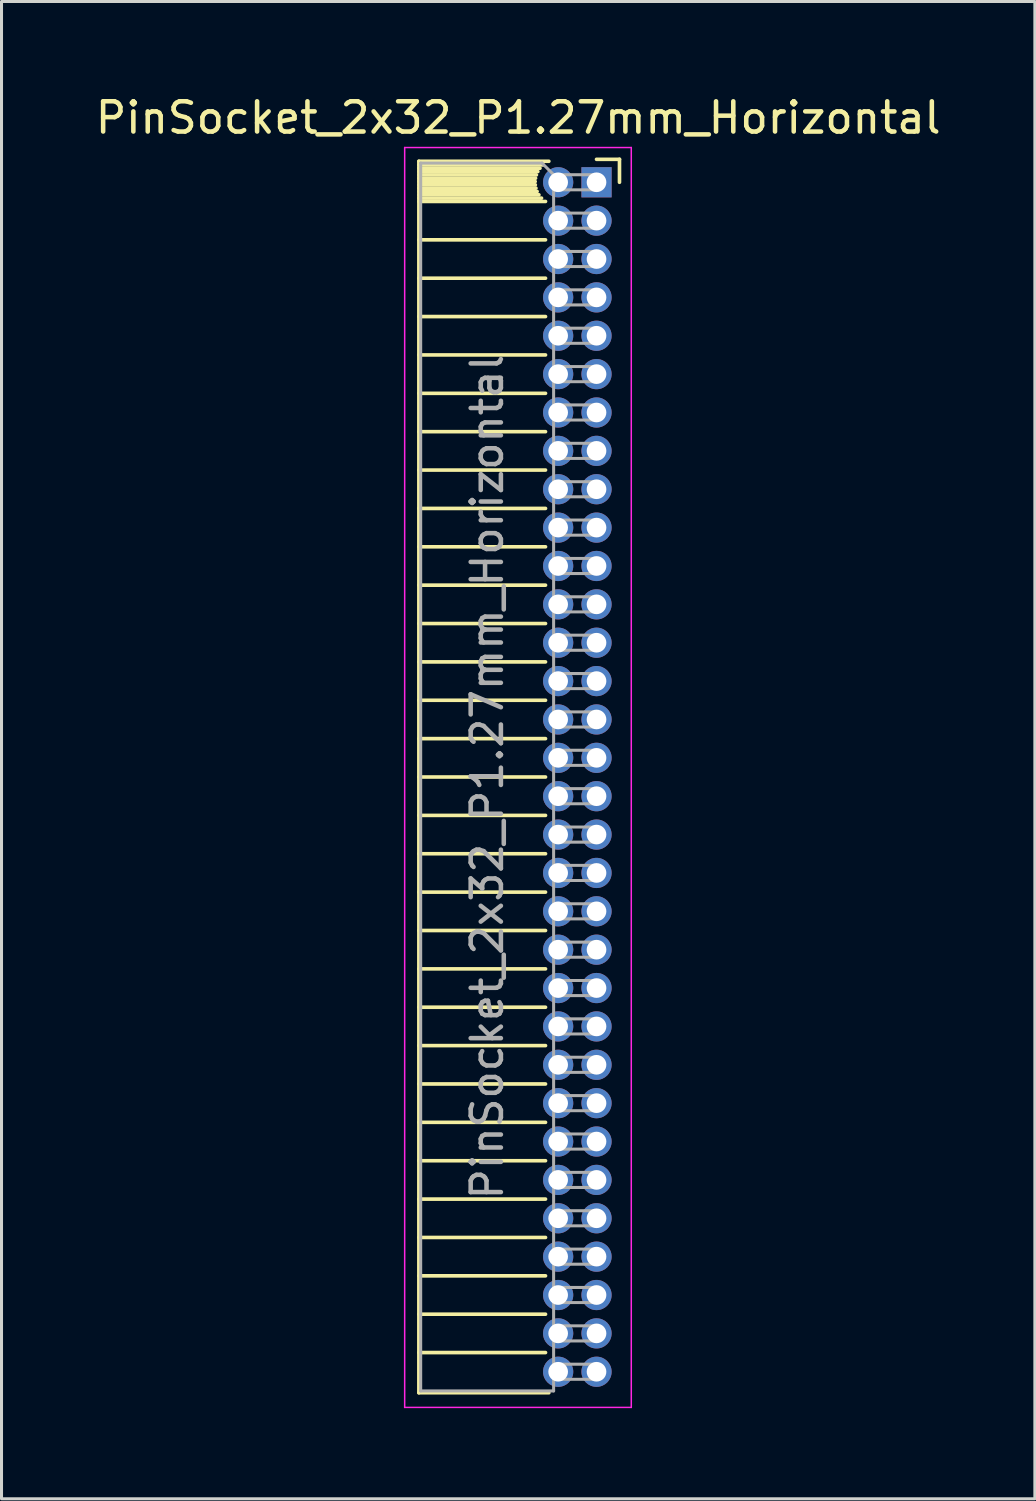
<source format=kicad_pcb>
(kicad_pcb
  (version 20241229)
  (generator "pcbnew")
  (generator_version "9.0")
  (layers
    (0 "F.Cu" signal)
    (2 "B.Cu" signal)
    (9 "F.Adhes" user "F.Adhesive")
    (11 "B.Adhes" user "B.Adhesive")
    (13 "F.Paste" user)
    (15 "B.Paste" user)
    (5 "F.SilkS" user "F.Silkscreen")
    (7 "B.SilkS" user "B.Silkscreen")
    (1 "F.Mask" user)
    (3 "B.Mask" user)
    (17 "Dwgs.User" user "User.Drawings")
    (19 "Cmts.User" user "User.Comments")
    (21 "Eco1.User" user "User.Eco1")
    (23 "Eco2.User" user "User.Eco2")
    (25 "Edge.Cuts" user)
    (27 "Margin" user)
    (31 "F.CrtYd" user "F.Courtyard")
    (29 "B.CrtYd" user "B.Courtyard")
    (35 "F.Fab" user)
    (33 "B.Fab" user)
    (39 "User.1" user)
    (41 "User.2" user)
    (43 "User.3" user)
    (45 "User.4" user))
  (footprint "PinSocket_2x32_P1.27mm_Horizontal"
    (layer "F.Cu")
    (at 16.694 2.983)
    (property "Reference" "PinSocket_2x32_P1.27mm_Horizontal" (at -2.592 -2.135 0) (layer "F.SilkS") (effects (font (size 1 1) (thickness 0.15))))
    (attr through_hole)
    (fp_line (start -5.88 -0.695) (end -5.88 40.065) (stroke (width 0.12) (type solid)) (layer "F.SilkS"))
    (fp_line (start -5.88 -0.695) (end -1.578 -0.695) (stroke (width 0.12) (type solid)) (layer "F.SilkS"))
    (fp_line (start -5.88 -0.575) (end -1.767 -0.575) (stroke (width 0.12) (type solid)) (layer "F.SilkS"))
    (fp_line (start -5.88 -0.465) (end -1.871 -0.465) (stroke (width 0.12) (type solid)) (layer "F.SilkS"))
    (fp_line (start -5.88 -0.355) (end -1.942 -0.355) (stroke (width 0.12) (type solid)) (layer "F.SilkS"))
    (fp_line (start -5.88 -0.245) (end -1.989 -0.245) (stroke (width 0.12) (type solid)) (layer "F.SilkS"))
    (fp_line (start -5.88 -0.135) (end -2.018 -0.135) (stroke (width 0.12) (type solid)) (layer "F.SilkS"))
    (fp_line (start -5.88 -0.025) (end -2.03 -0.025) (stroke (width 0.12) (type solid)) (layer "F.SilkS"))
    (fp_line (start -5.88 0.085) (end -2.025 0.085) (stroke (width 0.12) (type solid)) (layer "F.SilkS"))
    (fp_line (start -5.88 0.195) (end -2.005 0.195) (stroke (width 0.12) (type solid)) (layer "F.SilkS"))
    (fp_line (start -5.88 0.305) (end -1.966 0.305) (stroke (width 0.12) (type solid)) (layer "F.SilkS"))
    (fp_line (start -5.88 0.415) (end -1.907 0.415) (stroke (width 0.12) (type solid)) (layer "F.SilkS"))
    (fp_line (start -5.88 0.525) (end -1.82 0.525) (stroke (width 0.12) (type solid)) (layer "F.SilkS"))
    (fp_line (start -5.88 0.635) (end -1.688 0.635) (stroke (width 0.12) (type solid)) (layer "F.SilkS"))
    (fp_line (start -5.88 1.905) (end -1.688 1.905) (stroke (width 0.12) (type solid)) (layer "F.SilkS"))
    (fp_line (start -5.88 3.175) (end -1.688 3.175) (stroke (width 0.12) (type solid)) (layer "F.SilkS"))
    (fp_line (start -5.88 4.445) (end -1.688 4.445) (stroke (width 0.12) (type solid)) (layer "F.SilkS"))
    (fp_line (start -5.88 5.715) (end -1.688 5.715) (stroke (width 0.12) (type solid)) (layer "F.SilkS"))
    (fp_line (start -5.88 6.985) (end -1.688 6.985) (stroke (width 0.12) (type solid)) (layer "F.SilkS"))
    (fp_line (start -5.88 8.255) (end -1.688 8.255) (stroke (width 0.12) (type solid)) (layer "F.SilkS"))
    (fp_line (start -5.88 9.525) (end -1.688 9.525) (stroke (width 0.12) (type solid)) (layer "F.SilkS"))
    (fp_line (start -5.88 10.795) (end -1.688 10.795) (stroke (width 0.12) (type solid)) (layer "F.SilkS"))
    (fp_line (start -5.88 12.065) (end -1.688 12.065) (stroke (width 0.12) (type solid)) (layer "F.SilkS"))
    (fp_line (start -5.88 13.335) (end -1.688 13.335) (stroke (width 0.12) (type solid)) (layer "F.SilkS"))
    (fp_line (start -5.88 14.605) (end -1.688 14.605) (stroke (width 0.12) (type solid)) (layer "F.SilkS"))
    (fp_line (start -5.88 15.875) (end -1.688 15.875) (stroke (width 0.12) (type solid)) (layer "F.SilkS"))
    (fp_line (start -5.88 17.145) (end -1.688 17.145) (stroke (width 0.12) (type solid)) (layer "F.SilkS"))
    (fp_line (start -5.88 18.415) (end -1.688 18.415) (stroke (width 0.12) (type solid)) (layer "F.SilkS"))
    (fp_line (start -5.88 19.685) (end -1.688 19.685) (stroke (width 0.12) (type solid)) (layer "F.SilkS"))
    (fp_line (start -5.88 20.955) (end -1.688 20.955) (stroke (width 0.12) (type solid)) (layer "F.SilkS"))
    (fp_line (start -5.88 22.225) (end -1.688 22.225) (stroke (width 0.12) (type solid)) (layer "F.SilkS"))
    (fp_line (start -5.88 23.495) (end -1.688 23.495) (stroke (width 0.12) (type solid)) (layer "F.SilkS"))
    (fp_line (start -5.88 24.765) (end -1.688 24.765) (stroke (width 0.12) (type solid)) (layer "F.SilkS"))
    (fp_line (start -5.88 26.035) (end -1.688 26.035) (stroke (width 0.12) (type solid)) (layer "F.SilkS"))
    (fp_line (start -5.88 27.305) (end -1.688 27.305) (stroke (width 0.12) (type solid)) (layer "F.SilkS"))
    (fp_line (start -5.88 28.575) (end -1.688 28.575) (stroke (width 0.12) (type solid)) (layer "F.SilkS"))
    (fp_line (start -5.88 29.845) (end -1.688 29.845) (stroke (width 0.12) (type solid)) (layer "F.SilkS"))
    (fp_line (start -5.88 31.115) (end -1.688 31.115) (stroke (width 0.12) (type solid)) (layer "F.SilkS"))
    (fp_line (start -5.88 32.385) (end -1.688 32.385) (stroke (width 0.12) (type solid)) (layer "F.SilkS"))
    (fp_line (start -5.88 33.655) (end -1.688 33.655) (stroke (width 0.12) (type solid)) (layer "F.SilkS"))
    (fp_line (start -5.88 34.925) (end -1.688 34.925) (stroke (width 0.12) (type solid)) (layer "F.SilkS"))
    (fp_line (start -5.88 36.195) (end -1.688 36.195) (stroke (width 0.12) (type solid)) (layer "F.SilkS"))
    (fp_line (start -5.88 37.465) (end -1.688 37.465) (stroke (width 0.12) (type solid)) (layer "F.SilkS"))
    (fp_line (start -5.88 38.735) (end -1.688 38.735) (stroke (width 0.12) (type solid)) (layer "F.SilkS"))
    (fp_line (start -5.88 40.065) (end -1.578 40.065) (stroke (width 0.12) (type solid)) (layer "F.SilkS"))
    (fp_line (start 0 -0.76) (end 0.76 -0.76) (stroke (width 0.12) (type solid)) (layer "F.SilkS"))
    (fp_line (start 0.76 -0.76) (end 0.76 0) (stroke (width 0.12) (type solid)) (layer "F.SilkS"))
    (fp_line (start -6.35 -1.15) (end -6.35 40.55) (stroke (width 0.05) (type solid)) (layer "F.CrtYd"))
    (fp_line (start -6.35 40.55) (end 1.15 40.55) (stroke (width 0.05) (type solid)) (layer "F.CrtYd"))
    (fp_line (start 1.15 -1.15) (end -6.35 -1.15) (stroke (width 0.05) (type solid)) (layer "F.CrtYd"))
    (fp_line (start 1.15 40.55) (end 1.15 -1.15) (stroke (width 0.05) (type solid)) (layer "F.CrtYd"))
    (fp_line (start -5.82 -0.635) (end -1.805 -0.635) (stroke (width 0.1) (type solid)) (layer "F.Fab"))
    (fp_line (start -5.82 40.005) (end -5.82 -0.635) (stroke (width 0.1) (type solid)) (layer "F.Fab"))
    (fp_line (start -1.805 -0.635) (end -1.42 -0.25) (stroke (width 0.1) (type solid)) (layer "F.Fab"))
    (fp_line (start -1.42 -0.25) (end -1.42 40.005) (stroke (width 0.1) (type solid)) (layer "F.Fab"))
    (fp_line (start -1.42 0.25) (end 0 0.25) (stroke (width 0.1) (type solid)) (layer "F.Fab"))
    (fp_line (start -1.42 1.52) (end 0 1.52) (stroke (width 0.1) (type solid)) (layer "F.Fab"))
    (fp_line (start -1.42 2.79) (end 0 2.79) (stroke (width 0.1) (type solid)) (layer "F.Fab"))
    (fp_line (start -1.42 4.06) (end 0 4.06) (stroke (width 0.1) (type solid)) (layer "F.Fab"))
    (fp_line (start -1.42 5.33) (end 0 5.33) (stroke (width 0.1) (type solid)) (layer "F.Fab"))
    (fp_line (start -1.42 6.6) (end 0 6.6) (stroke (width 0.1) (type solid)) (layer "F.Fab"))
    (fp_line (start -1.42 7.87) (end 0 7.87) (stroke (width 0.1) (type solid)) (layer "F.Fab"))
    (fp_line (start -1.42 9.14) (end 0 9.14) (stroke (width 0.1) (type solid)) (layer "F.Fab"))
    (fp_line (start -1.42 10.41) (end 0 10.41) (stroke (width 0.1) (type solid)) (layer "F.Fab"))
    (fp_line (start -1.42 11.68) (end 0 11.68) (stroke (width 0.1) (type solid)) (layer "F.Fab"))
    (fp_line (start -1.42 12.95) (end 0 12.95) (stroke (width 0.1) (type solid)) (layer "F.Fab"))
    (fp_line (start -1.42 14.22) (end 0 14.22) (stroke (width 0.1) (type solid)) (layer "F.Fab"))
    (fp_line (start -1.42 15.49) (end 0 15.49) (stroke (width 0.1) (type solid)) (layer "F.Fab"))
    (fp_line (start -1.42 16.76) (end 0 16.76) (stroke (width 0.1) (type solid)) (layer "F.Fab"))
    (fp_line (start -1.42 18.03) (end 0 18.03) (stroke (width 0.1) (type solid)) (layer "F.Fab"))
    (fp_line (start -1.42 19.3) (end 0 19.3) (stroke (width 0.1) (type solid)) (layer "F.Fab"))
    (fp_line (start -1.42 20.57) (end 0 20.57) (stroke (width 0.1) (type solid)) (layer "F.Fab"))
    (fp_line (start -1.42 21.84) (end 0 21.84) (stroke (width 0.1) (type solid)) (layer "F.Fab"))
    (fp_line (start -1.42 23.11) (end 0 23.11) (stroke (width 0.1) (type solid)) (layer "F.Fab"))
    (fp_line (start -1.42 24.38) (end 0 24.38) (stroke (width 0.1) (type solid)) (layer "F.Fab"))
    (fp_line (start -1.42 25.65) (end 0 25.65) (stroke (width 0.1) (type solid)) (layer "F.Fab"))
    (fp_line (start -1.42 26.92) (end 0 26.92) (stroke (width 0.1) (type solid)) (layer "F.Fab"))
    (fp_line (start -1.42 28.19) (end 0 28.19) (stroke (width 0.1) (type solid)) (layer "F.Fab"))
    (fp_line (start -1.42 29.46) (end 0 29.46) (stroke (width 0.1) (type solid)) (layer "F.Fab"))
    (fp_line (start -1.42 30.73) (end 0 30.73) (stroke (width 0.1) (type solid)) (layer "F.Fab"))
    (fp_line (start -1.42 32) (end 0 32) (stroke (width 0.1) (type solid)) (layer "F.Fab"))
    (fp_line (start -1.42 33.27) (end 0 33.27) (stroke (width 0.1) (type solid)) (layer "F.Fab"))
    (fp_line (start -1.42 34.54) (end 0 34.54) (stroke (width 0.1) (type solid)) (layer "F.Fab"))
    (fp_line (start -1.42 35.81) (end 0 35.81) (stroke (width 0.1) (type solid)) (layer "F.Fab"))
    (fp_line (start -1.42 37.08) (end 0 37.08) (stroke (width 0.1) (type solid)) (layer "F.Fab"))
    (fp_line (start -1.42 38.35) (end 0 38.35) (stroke (width 0.1) (type solid)) (layer "F.Fab"))
    (fp_line (start -1.42 39.62) (end 0 39.62) (stroke (width 0.1) (type solid)) (layer "F.Fab"))
    (fp_line (start -1.42 40.005) (end -5.82 40.005) (stroke (width 0.1) (type solid)) (layer "F.Fab"))
    (fp_line (start 0 -0.25) (end -1.42 -0.25) (stroke (width 0.1) (type solid)) (layer "F.Fab"))
    (fp_line (start 0 0.25) (end 0 -0.25) (stroke (width 0.1) (type solid)) (layer "F.Fab"))
    (fp_line (start 0 1.02) (end -1.42 1.02) (stroke (width 0.1) (type solid)) (layer "F.Fab"))
    (fp_line (start 0 1.52) (end 0 1.02) (stroke (width 0.1) (type solid)) (layer "F.Fab"))
    (fp_line (start 0 2.29) (end -1.42 2.29) (stroke (width 0.1) (type solid)) (layer "F.Fab"))
    (fp_line (start 0 2.79) (end 0 2.29) (stroke (width 0.1) (type solid)) (layer "F.Fab"))
    (fp_line (start 0 3.56) (end -1.42 3.56) (stroke (width 0.1) (type solid)) (layer "F.Fab"))
    (fp_line (start 0 4.06) (end 0 3.56) (stroke (width 0.1) (type solid)) (layer "F.Fab"))
    (fp_line (start 0 4.83) (end -1.42 4.83) (stroke (width 0.1) (type solid)) (layer "F.Fab"))
    (fp_line (start 0 5.33) (end 0 4.83) (stroke (width 0.1) (type solid)) (layer "F.Fab"))
    (fp_line (start 0 6.1) (end -1.42 6.1) (stroke (width 0.1) (type solid)) (layer "F.Fab"))
    (fp_line (start 0 6.6) (end 0 6.1) (stroke (width 0.1) (type solid)) (layer "F.Fab"))
    (fp_line (start 0 7.37) (end -1.42 7.37) (stroke (width 0.1) (type solid)) (layer "F.Fab"))
    (fp_line (start 0 7.87) (end 0 7.37) (stroke (width 0.1) (type solid)) (layer "F.Fab"))
    (fp_line (start 0 8.64) (end -1.42 8.64) (stroke (width 0.1) (type solid)) (layer "F.Fab"))
    (fp_line (start 0 9.14) (end 0 8.64) (stroke (width 0.1) (type solid)) (layer "F.Fab"))
    (fp_line (start 0 9.91) (end -1.42 9.91) (stroke (width 0.1) (type solid)) (layer "F.Fab"))
    (fp_line (start 0 10.41) (end 0 9.91) (stroke (width 0.1) (type solid)) (layer "F.Fab"))
    (fp_line (start 0 11.18) (end -1.42 11.18) (stroke (width 0.1) (type solid)) (layer "F.Fab"))
    (fp_line (start 0 11.68) (end 0 11.18) (stroke (width 0.1) (type solid)) (layer "F.Fab"))
    (fp_line (start 0 12.45) (end -1.42 12.45) (stroke (width 0.1) (type solid)) (layer "F.Fab"))
    (fp_line (start 0 12.95) (end 0 12.45) (stroke (width 0.1) (type solid)) (layer "F.Fab"))
    (fp_line (start 0 13.72) (end -1.42 13.72) (stroke (width 0.1) (type solid)) (layer "F.Fab"))
    (fp_line (start 0 14.22) (end 0 13.72) (stroke (width 0.1) (type solid)) (layer "F.Fab"))
    (fp_line (start 0 14.99) (end -1.42 14.99) (stroke (width 0.1) (type solid)) (layer "F.Fab"))
    (fp_line (start 0 15.49) (end 0 14.99) (stroke (width 0.1) (type solid)) (layer "F.Fab"))
    (fp_line (start 0 16.26) (end -1.42 16.26) (stroke (width 0.1) (type solid)) (layer "F.Fab"))
    (fp_line (start 0 16.76) (end 0 16.26) (stroke (width 0.1) (type solid)) (layer "F.Fab"))
    (fp_line (start 0 17.53) (end -1.42 17.53) (stroke (width 0.1) (type solid)) (layer "F.Fab"))
    (fp_line (start 0 18.03) (end 0 17.53) (stroke (width 0.1) (type solid)) (layer "F.Fab"))
    (fp_line (start 0 18.8) (end -1.42 18.8) (stroke (width 0.1) (type solid)) (layer "F.Fab"))
    (fp_line (start 0 19.3) (end 0 18.8) (stroke (width 0.1) (type solid)) (layer "F.Fab"))
    (fp_line (start 0 20.07) (end -1.42 20.07) (stroke (width 0.1) (type solid)) (layer "F.Fab"))
    (fp_line (start 0 20.57) (end 0 20.07) (stroke (width 0.1) (type solid)) (layer "F.Fab"))
    (fp_line (start 0 21.34) (end -1.42 21.34) (stroke (width 0.1) (type solid)) (layer "F.Fab"))
    (fp_line (start 0 21.84) (end 0 21.34) (stroke (width 0.1) (type solid)) (layer "F.Fab"))
    (fp_line (start 0 22.61) (end -1.42 22.61) (stroke (width 0.1) (type solid)) (layer "F.Fab"))
    (fp_line (start 0 23.11) (end 0 22.61) (stroke (width 0.1) (type solid)) (layer "F.Fab"))
    (fp_line (start 0 23.88) (end -1.42 23.88) (stroke (width 0.1) (type solid)) (layer "F.Fab"))
    (fp_line (start 0 24.38) (end 0 23.88) (stroke (width 0.1) (type solid)) (layer "F.Fab"))
    (fp_line (start 0 25.15) (end -1.42 25.15) (stroke (width 0.1) (type solid)) (layer "F.Fab"))
    (fp_line (start 0 25.65) (end 0 25.15) (stroke (width 0.1) (type solid)) (layer "F.Fab"))
    (fp_line (start 0 26.42) (end -1.42 26.42) (stroke (width 0.1) (type solid)) (layer "F.Fab"))
    (fp_line (start 0 26.92) (end 0 26.42) (stroke (width 0.1) (type solid)) (layer "F.Fab"))
    (fp_line (start 0 27.69) (end -1.42 27.69) (stroke (width 0.1) (type solid)) (layer "F.Fab"))
    (fp_line (start 0 28.19) (end 0 27.69) (stroke (width 0.1) (type solid)) (layer "F.Fab"))
    (fp_line (start 0 28.96) (end -1.42 28.96) (stroke (width 0.1) (type solid)) (layer "F.Fab"))
    (fp_line (start 0 29.46) (end 0 28.96) (stroke (width 0.1) (type solid)) (layer "F.Fab"))
    (fp_line (start 0 30.23) (end -1.42 30.23) (stroke (width 0.1) (type solid)) (layer "F.Fab"))
    (fp_line (start 0 30.73) (end 0 30.23) (stroke (width 0.1) (type solid)) (layer "F.Fab"))
    (fp_line (start 0 31.5) (end -1.42 31.5) (stroke (width 0.1) (type solid)) (layer "F.Fab"))
    (fp_line (start 0 32) (end 0 31.5) (stroke (width 0.1) (type solid)) (layer "F.Fab"))
    (fp_line (start 0 32.77) (end -1.42 32.77) (stroke (width 0.1) (type solid)) (layer "F.Fab"))
    (fp_line (start 0 33.27) (end 0 32.77) (stroke (width 0.1) (type solid)) (layer "F.Fab"))
    (fp_line (start 0 34.04) (end -1.42 34.04) (stroke (width 0.1) (type solid)) (layer "F.Fab"))
    (fp_line (start 0 34.54) (end 0 34.04) (stroke (width 0.1) (type solid)) (layer "F.Fab"))
    (fp_line (start 0 35.31) (end -1.42 35.31) (stroke (width 0.1) (type solid)) (layer "F.Fab"))
    (fp_line (start 0 35.81) (end 0 35.31) (stroke (width 0.1) (type solid)) (layer "F.Fab"))
    (fp_line (start 0 36.58) (end -1.42 36.58) (stroke (width 0.1) (type solid)) (layer "F.Fab"))
    (fp_line (start 0 37.08) (end 0 36.58) (stroke (width 0.1) (type solid)) (layer "F.Fab"))
    (fp_line (start 0 37.85) (end -1.42 37.85) (stroke (width 0.1) (type solid)) (layer "F.Fab"))
    (fp_line (start 0 38.35) (end 0 37.85) (stroke (width 0.1) (type solid)) (layer "F.Fab"))
    (fp_line (start 0 39.12) (end -1.42 39.12) (stroke (width 0.1) (type solid)) (layer "F.Fab"))
    (fp_line (start 0 39.62) (end 0 39.12) (stroke (width 0.1) (type solid)) (layer "F.Fab"))
    (fp_text user "${REFERENCE}" (at -3.62 19.685 90) (layer "F.Fab") (effects (font (size 1 1) (thickness 0.15))))
    (pad "1" thru_hole rect (at 0 0) (size 1 1) (drill 0.65) (layers "*.Cu" "*.Mask"))
    (pad "2" thru_hole oval (at -1.27 0) (size 1 1) (drill 0.65) (layers "*.Cu" "*.Mask"))
    (pad "3" thru_hole oval (at 0 1.27) (size 1 1) (drill 0.65) (layers "*.Cu" "*.Mask"))
    (pad "4" thru_hole oval (at -1.27 1.27) (size 1 1) (drill 0.65) (layers "*.Cu" "*.Mask"))
    (pad "5" thru_hole oval (at 0 2.54) (size 1 1) (drill 0.65) (layers "*.Cu" "*.Mask"))
    (pad "6" thru_hole oval (at -1.27 2.54) (size 1 1) (drill 0.65) (layers "*.Cu" "*.Mask"))
    (pad "7" thru_hole oval (at 0 3.81) (size 1 1) (drill 0.65) (layers "*.Cu" "*.Mask"))
    (pad "8" thru_hole oval (at -1.27 3.81) (size 1 1) (drill 0.65) (layers "*.Cu" "*.Mask"))
    (pad "9" thru_hole oval (at 0 5.08) (size 1 1) (drill 0.65) (layers "*.Cu" "*.Mask"))
    (pad "10" thru_hole oval (at -1.27 5.08) (size 1 1) (drill 0.65) (layers "*.Cu" "*.Mask"))
    (pad "11" thru_hole oval (at 0 6.35) (size 1 1) (drill 0.65) (layers "*.Cu" "*.Mask"))
    (pad "12" thru_hole oval (at -1.27 6.35) (size 1 1) (drill 0.65) (layers "*.Cu" "*.Mask"))
    (pad "13" thru_hole oval (at 0 7.62) (size 1 1) (drill 0.65) (layers "*.Cu" "*.Mask"))
    (pad "14" thru_hole oval (at -1.27 7.62) (size 1 1) (drill 0.65) (layers "*.Cu" "*.Mask"))
    (pad "15" thru_hole oval (at 0 8.89) (size 1 1) (drill 0.65) (layers "*.Cu" "*.Mask"))
    (pad "16" thru_hole oval (at -1.27 8.89) (size 1 1) (drill 0.65) (layers "*.Cu" "*.Mask"))
    (pad "17" thru_hole oval (at 0 10.16) (size 1 1) (drill 0.65) (layers "*.Cu" "*.Mask"))
    (pad "18" thru_hole oval (at -1.27 10.16) (size 1 1) (drill 0.65) (layers "*.Cu" "*.Mask"))
    (pad "19" thru_hole oval (at 0 11.43) (size 1 1) (drill 0.65) (layers "*.Cu" "*.Mask"))
    (pad "20" thru_hole oval (at -1.27 11.43) (size 1 1) (drill 0.65) (layers "*.Cu" "*.Mask"))
    (pad "21" thru_hole oval (at 0 12.7) (size 1 1) (drill 0.65) (layers "*.Cu" "*.Mask"))
    (pad "22" thru_hole oval (at -1.27 12.7) (size 1 1) (drill 0.65) (layers "*.Cu" "*.Mask"))
    (pad "23" thru_hole oval (at 0 13.97) (size 1 1) (drill 0.65) (layers "*.Cu" "*.Mask"))
    (pad "24" thru_hole oval (at -1.27 13.97) (size 1 1) (drill 0.65) (layers "*.Cu" "*.Mask"))
    (pad "25" thru_hole oval (at 0 15.24) (size 1 1) (drill 0.65) (layers "*.Cu" "*.Mask"))
    (pad "26" thru_hole oval (at -1.27 15.24) (size 1 1) (drill 0.65) (layers "*.Cu" "*.Mask"))
    (pad "27" thru_hole oval (at 0 16.51) (size 1 1) (drill 0.65) (layers "*.Cu" "*.Mask"))
    (pad "28" thru_hole oval (at -1.27 16.51) (size 1 1) (drill 0.65) (layers "*.Cu" "*.Mask"))
    (pad "29" thru_hole oval (at 0 17.78) (size 1 1) (drill 0.65) (layers "*.Cu" "*.Mask"))
    (pad "30" thru_hole oval (at -1.27 17.78) (size 1 1) (drill 0.65) (layers "*.Cu" "*.Mask"))
    (pad "31" thru_hole oval (at 0 19.05) (size 1 1) (drill 0.65) (layers "*.Cu" "*.Mask"))
    (pad "32" thru_hole oval (at -1.27 19.05) (size 1 1) (drill 0.65) (layers "*.Cu" "*.Mask"))
    (pad "33" thru_hole oval (at 0 20.32) (size 1 1) (drill 0.65) (layers "*.Cu" "*.Mask"))
    (pad "34" thru_hole oval (at -1.27 20.32) (size 1 1) (drill 0.65) (layers "*.Cu" "*.Mask"))
    (pad "35" thru_hole oval (at 0 21.59) (size 1 1) (drill 0.65) (layers "*.Cu" "*.Mask"))
    (pad "36" thru_hole oval (at -1.27 21.59) (size 1 1) (drill 0.65) (layers "*.Cu" "*.Mask"))
    (pad "37" thru_hole oval (at 0 22.86) (size 1 1) (drill 0.65) (layers "*.Cu" "*.Mask"))
    (pad "38" thru_hole oval (at -1.27 22.86) (size 1 1) (drill 0.65) (layers "*.Cu" "*.Mask"))
    (pad "39" thru_hole oval (at 0 24.13) (size 1 1) (drill 0.65) (layers "*.Cu" "*.Mask"))
    (pad "40" thru_hole oval (at -1.27 24.13) (size 1 1) (drill 0.65) (layers "*.Cu" "*.Mask"))
    (pad "41" thru_hole oval (at 0 25.4) (size 1 1) (drill 0.65) (layers "*.Cu" "*.Mask"))
    (pad "42" thru_hole oval (at -1.27 25.4) (size 1 1) (drill 0.65) (layers "*.Cu" "*.Mask"))
    (pad "43" thru_hole oval (at 0 26.67) (size 1 1) (drill 0.65) (layers "*.Cu" "*.Mask"))
    (pad "44" thru_hole oval (at -1.27 26.67) (size 1 1) (drill 0.65) (layers "*.Cu" "*.Mask"))
    (pad "45" thru_hole oval (at 0 27.94) (size 1 1) (drill 0.65) (layers "*.Cu" "*.Mask"))
    (pad "46" thru_hole oval (at -1.27 27.94) (size 1 1) (drill 0.65) (layers "*.Cu" "*.Mask"))
    (pad "47" thru_hole oval (at 0 29.21) (size 1 1) (drill 0.65) (layers "*.Cu" "*.Mask"))
    (pad "48" thru_hole oval (at -1.27 29.21) (size 1 1) (drill 0.65) (layers "*.Cu" "*.Mask"))
    (pad "49" thru_hole oval (at 0 30.48) (size 1 1) (drill 0.65) (layers "*.Cu" "*.Mask"))
    (pad "50" thru_hole oval (at -1.27 30.48) (size 1 1) (drill 0.65) (layers "*.Cu" "*.Mask"))
    (pad "51" thru_hole oval (at 0 31.75) (size 1 1) (drill 0.65) (layers "*.Cu" "*.Mask"))
    (pad "52" thru_hole oval (at -1.27 31.75) (size 1 1) (drill 0.65) (layers "*.Cu" "*.Mask"))
    (pad "53" thru_hole oval (at 0 33.02) (size 1 1) (drill 0.65) (layers "*.Cu" "*.Mask"))
    (pad "54" thru_hole oval (at -1.27 33.02) (size 1 1) (drill 0.65) (layers "*.Cu" "*.Mask"))
    (pad "55" thru_hole oval (at 0 34.29) (size 1 1) (drill 0.65) (layers "*.Cu" "*.Mask"))
    (pad "56" thru_hole oval (at -1.27 34.29) (size 1 1) (drill 0.65) (layers "*.Cu" "*.Mask"))
    (pad "57" thru_hole oval (at 0 35.56) (size 1 1) (drill 0.65) (layers "*.Cu" "*.Mask"))
    (pad "58" thru_hole oval (at -1.27 35.56) (size 1 1) (drill 0.65) (layers "*.Cu" "*.Mask"))
    (pad "59" thru_hole oval (at 0 36.83) (size 1 1) (drill 0.65) (layers "*.Cu" "*.Mask"))
    (pad "60" thru_hole oval (at -1.27 36.83) (size 1 1) (drill 0.65) (layers "*.Cu" "*.Mask"))
    (pad "61" thru_hole oval (at 0 38.1) (size 1 1) (drill 0.65) (layers "*.Cu" "*.Mask"))
    (pad "62" thru_hole oval (at -1.27 38.1) (size 1 1) (drill 0.65) (layers "*.Cu" "*.Mask"))
    (pad "63" thru_hole oval (at 0 39.37) (size 1 1) (drill 0.65) (layers "*.Cu" "*.Mask"))
    (pad "64" thru_hole oval (at -1.27 39.37) (size 1 1) (drill 0.65) (layers "*.Cu" "*.Mask")))
  (gr_rect
    (start -3 -3)
    (end 31.202 46.558)
    (stroke (width 0.1) (type default))
    (fill no)
    (layer "Edge.Cuts")))
</source>
